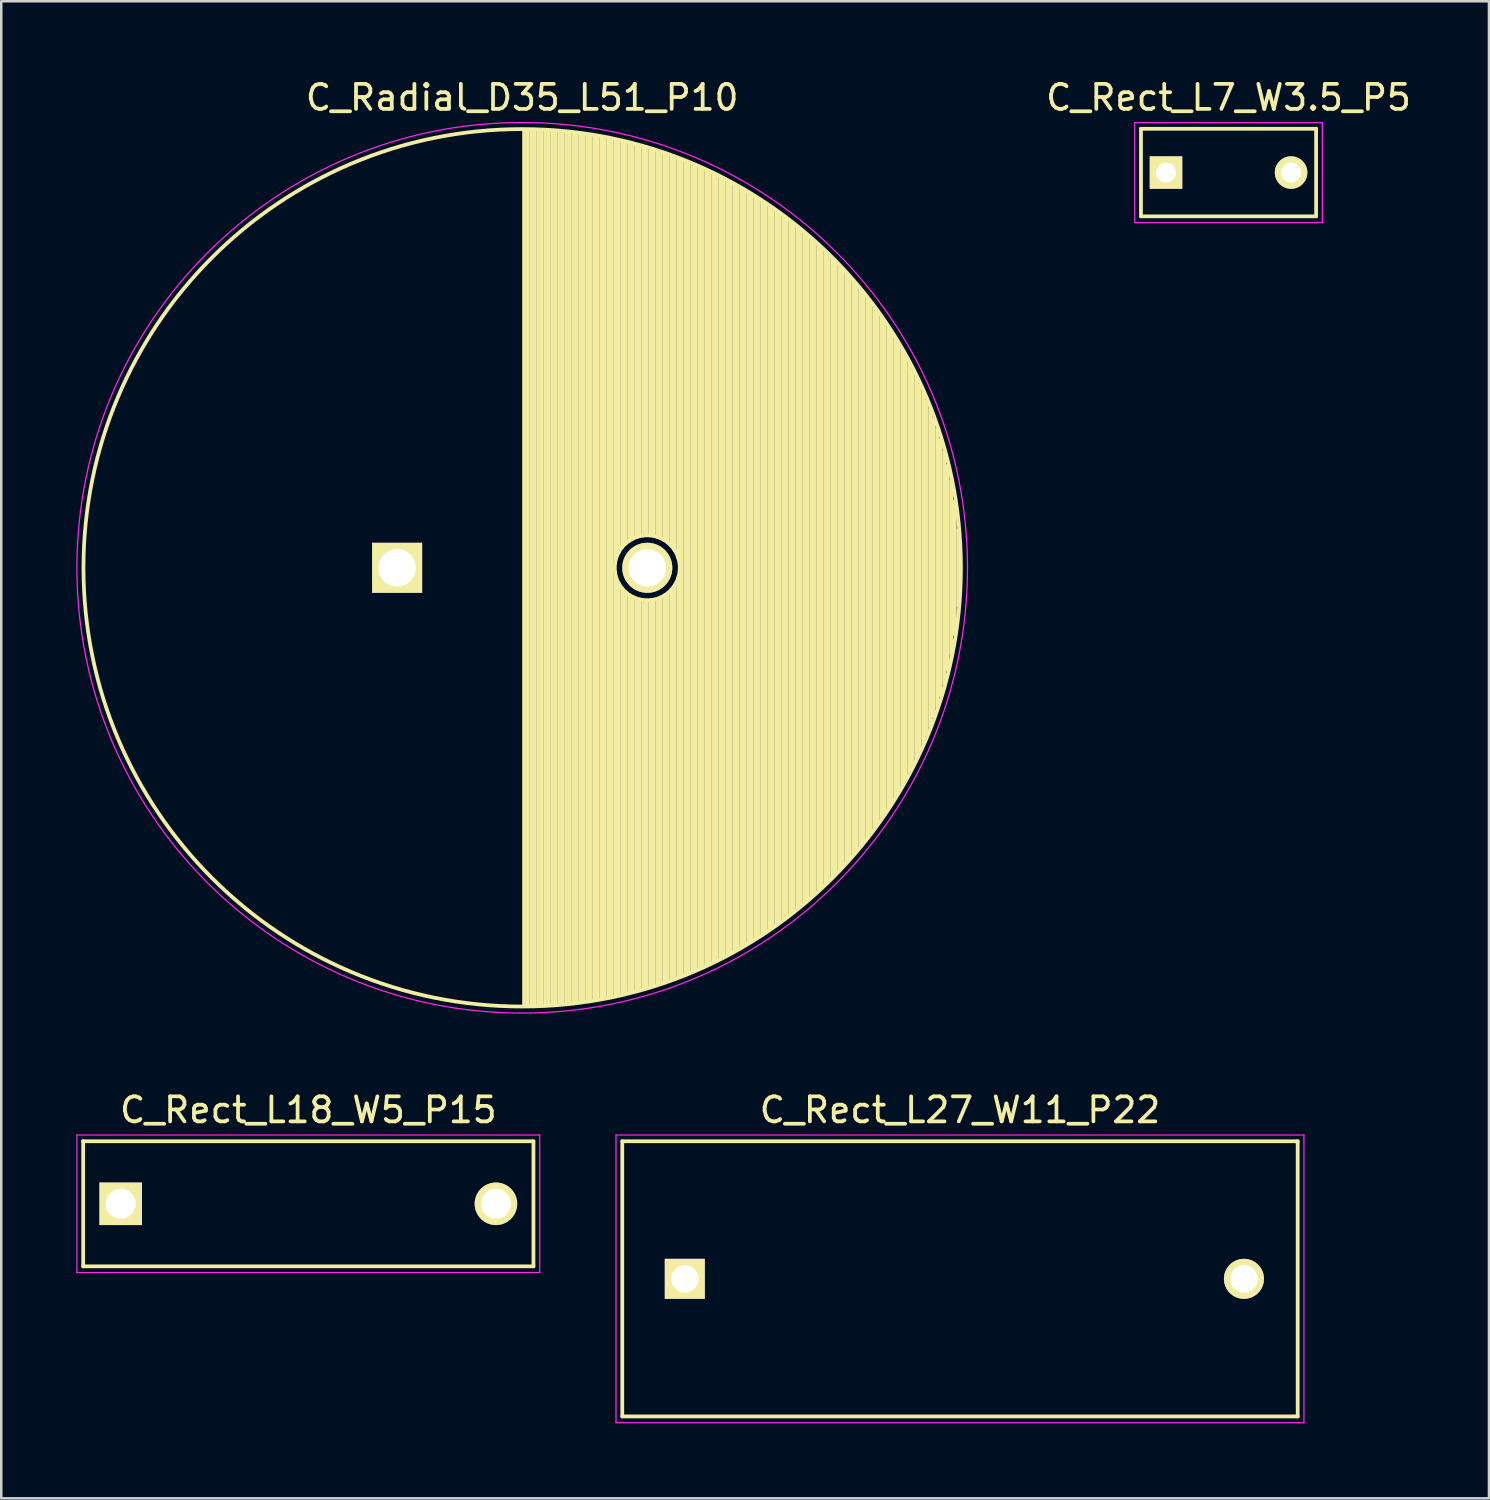
<source format=kicad_pcb>
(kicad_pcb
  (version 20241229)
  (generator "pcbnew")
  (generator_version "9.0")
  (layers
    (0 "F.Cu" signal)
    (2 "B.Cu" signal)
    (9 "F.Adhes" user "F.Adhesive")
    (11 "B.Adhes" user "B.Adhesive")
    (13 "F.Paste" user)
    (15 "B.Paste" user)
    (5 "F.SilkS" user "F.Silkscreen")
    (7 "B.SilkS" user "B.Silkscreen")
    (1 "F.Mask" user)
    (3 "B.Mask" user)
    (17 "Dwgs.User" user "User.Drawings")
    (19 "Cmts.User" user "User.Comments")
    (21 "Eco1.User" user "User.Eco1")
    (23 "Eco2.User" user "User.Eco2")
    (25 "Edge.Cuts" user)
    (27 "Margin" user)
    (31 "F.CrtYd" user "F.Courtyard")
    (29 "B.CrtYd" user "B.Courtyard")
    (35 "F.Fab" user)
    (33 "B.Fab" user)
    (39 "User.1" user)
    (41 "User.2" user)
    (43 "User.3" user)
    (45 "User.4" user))
  (footprint "C_Radial_D35_L51_P10"
    (layer "F.Cu")
    (at 12.825 19.648)
    (property "Reference" "C_Radial_D35_L51_P10" (at 5 -18.8 0) (layer "F.SilkS") (effects (font (size 1 1) (thickness 0.15))))
    (attr through_hole)
    (fp_line (start 5.075 -17.5) (end 5.075 17.5) (stroke (width 0.15) (type solid)) (layer "F.SilkS"))
    (fp_line (start 5.215 -17.499) (end 5.215 17.499) (stroke (width 0.15) (type solid)) (layer "F.SilkS"))
    (fp_line (start 5.355 -17.496) (end 5.355 17.496) (stroke (width 0.15) (type solid)) (layer "F.SilkS"))
    (fp_line (start 5.495 -17.493) (end 5.495 17.493) (stroke (width 0.15) (type solid)) (layer "F.SilkS"))
    (fp_line (start 5.635 -17.488) (end 5.635 17.488) (stroke (width 0.15) (type solid)) (layer "F.SilkS"))
    (fp_line (start 5.775 -17.483) (end 5.775 17.483) (stroke (width 0.15) (type solid)) (layer "F.SilkS"))
    (fp_line (start 5.915 -17.476) (end 5.915 17.476) (stroke (width 0.15) (type solid)) (layer "F.SilkS"))
    (fp_line (start 6.055 -17.468) (end 6.055 17.468) (stroke (width 0.15) (type solid)) (layer "F.SilkS"))
    (fp_line (start 6.195 -17.459) (end 6.195 17.459) (stroke (width 0.15) (type solid)) (layer "F.SilkS"))
    (fp_line (start 6.335 -17.449) (end 6.335 17.449) (stroke (width 0.15) (type solid)) (layer "F.SilkS"))
    (fp_line (start 6.475 -17.438) (end 6.475 17.438) (stroke (width 0.15) (type solid)) (layer "F.SilkS"))
    (fp_line (start 6.615 -17.425) (end 6.615 17.425) (stroke (width 0.15) (type solid)) (layer "F.SilkS"))
    (fp_line (start 6.755 -17.412) (end 6.755 17.412) (stroke (width 0.15) (type solid)) (layer "F.SilkS"))
    (fp_line (start 6.895 -17.397) (end 6.895 17.397) (stroke (width 0.15) (type solid)) (layer "F.SilkS"))
    (fp_line (start 7.035 -17.381) (end 7.035 17.381) (stroke (width 0.15) (type solid)) (layer "F.SilkS"))
    (fp_line (start 7.175 -17.364) (end 7.175 17.364) (stroke (width 0.15) (type solid)) (layer "F.SilkS"))
    (fp_line (start 7.315 -17.346) (end 7.315 17.346) (stroke (width 0.15) (type solid)) (layer "F.SilkS"))
    (fp_line (start 7.455 -17.327) (end 7.455 17.327) (stroke (width 0.15) (type solid)) (layer "F.SilkS"))
    (fp_line (start 7.595 -17.307) (end 7.595 17.307) (stroke (width 0.15) (type solid)) (layer "F.SilkS"))
    (fp_line (start 7.735 -17.285) (end 7.735 17.285) (stroke (width 0.15) (type solid)) (layer "F.SilkS"))
    (fp_line (start 7.875 -17.262) (end 7.875 17.262) (stroke (width 0.15) (type solid)) (layer "F.SilkS"))
    (fp_line (start 8.015 -17.238) (end 8.015 17.238) (stroke (width 0.15) (type solid)) (layer "F.SilkS"))
    (fp_line (start 8.155 -17.213) (end 8.155 17.213) (stroke (width 0.15) (type solid)) (layer "F.SilkS"))
    (fp_line (start 8.295 -17.187) (end 8.295 17.187) (stroke (width 0.15) (type solid)) (layer "F.SilkS"))
    (fp_line (start 8.435 -17.16) (end 8.435 17.16) (stroke (width 0.15) (type solid)) (layer "F.SilkS"))
    (fp_line (start 8.575 -17.131) (end 8.575 17.131) (stroke (width 0.15) (type solid)) (layer "F.SilkS"))
    (fp_line (start 8.715 -17.101) (end 8.715 -0.197) (stroke (width 0.15) (type solid)) (layer "F.SilkS"))
    (fp_line (start 8.715 0.197) (end 8.715 17.101) (stroke (width 0.15) (type solid)) (layer "F.SilkS"))
    (fp_line (start 8.855 -17.07) (end 8.855 -0.616) (stroke (width 0.15) (type solid)) (layer "F.SilkS"))
    (fp_line (start 8.855 0.616) (end 8.855 17.07) (stroke (width 0.15) (type solid)) (layer "F.SilkS"))
    (fp_line (start 8.995 -17.038) (end 8.995 -0.825) (stroke (width 0.15) (type solid)) (layer "F.SilkS"))
    (fp_line (start 8.995 0.825) (end 8.995 17.038) (stroke (width 0.15) (type solid)) (layer "F.SilkS"))
    (fp_line (start 9.135 -17.004) (end 9.135 -0.97) (stroke (width 0.15) (type solid)) (layer "F.SilkS"))
    (fp_line (start 9.135 0.97) (end 9.135 17.004) (stroke (width 0.15) (type solid)) (layer "F.SilkS"))
    (fp_line (start 9.275 -16.97) (end 9.275 -1.079) (stroke (width 0.15) (type solid)) (layer "F.SilkS"))
    (fp_line (start 9.275 1.079) (end 9.275 16.97) (stroke (width 0.15) (type solid)) (layer "F.SilkS"))
    (fp_line (start 9.415 -16.934) (end 9.415 -1.161) (stroke (width 0.15) (type solid)) (layer "F.SilkS"))
    (fp_line (start 9.415 1.161) (end 9.415 16.934) (stroke (width 0.15) (type solid)) (layer "F.SilkS"))
    (fp_line (start 9.555 -16.897) (end 9.555 -1.221) (stroke (width 0.15) (type solid)) (layer "F.SilkS"))
    (fp_line (start 9.555 1.221) (end 9.555 16.897) (stroke (width 0.15) (type solid)) (layer "F.SilkS"))
    (fp_line (start 9.695 -16.858) (end 9.695 -1.264) (stroke (width 0.15) (type solid)) (layer "F.SilkS"))
    (fp_line (start 9.695 1.264) (end 9.695 16.858) (stroke (width 0.15) (type solid)) (layer "F.SilkS"))
    (fp_line (start 9.835 -16.819) (end 9.835 -1.289) (stroke (width 0.15) (type solid)) (layer "F.SilkS"))
    (fp_line (start 9.835 1.289) (end 9.835 16.819) (stroke (width 0.15) (type solid)) (layer "F.SilkS"))
    (fp_line (start 9.975 -16.778) (end 9.975 -1.3) (stroke (width 0.15) (type solid)) (layer "F.SilkS"))
    (fp_line (start 9.975 1.3) (end 9.975 16.778) (stroke (width 0.15) (type solid)) (layer "F.SilkS"))
    (fp_line (start 10.115 -16.736) (end 10.115 -1.295) (stroke (width 0.15) (type solid)) (layer "F.SilkS"))
    (fp_line (start 10.115 1.295) (end 10.115 16.736) (stroke (width 0.15) (type solid)) (layer "F.SilkS"))
    (fp_line (start 10.255 -16.692) (end 10.255 -1.275) (stroke (width 0.15) (type solid)) (layer "F.SilkS"))
    (fp_line (start 10.255 1.275) (end 10.255 16.692) (stroke (width 0.15) (type solid)) (layer "F.SilkS"))
    (fp_line (start 10.395 -16.648) (end 10.395 -1.239) (stroke (width 0.15) (type solid)) (layer "F.SilkS"))
    (fp_line (start 10.395 1.239) (end 10.395 16.648) (stroke (width 0.15) (type solid)) (layer "F.SilkS"))
    (fp_line (start 10.535 -16.602) (end 10.535 -1.185) (stroke (width 0.15) (type solid)) (layer "F.SilkS"))
    (fp_line (start 10.535 1.185) (end 10.535 16.602) (stroke (width 0.15) (type solid)) (layer "F.SilkS"))
    (fp_line (start 10.675 -16.554) (end 10.675 -1.111) (stroke (width 0.15) (type solid)) (layer "F.SilkS"))
    (fp_line (start 10.675 1.111) (end 10.675 16.554) (stroke (width 0.15) (type solid)) (layer "F.SilkS"))
    (fp_line (start 10.815 -16.506) (end 10.815 -1.013) (stroke (width 0.15) (type solid)) (layer "F.SilkS"))
    (fp_line (start 10.815 1.013) (end 10.815 16.506) (stroke (width 0.15) (type solid)) (layer "F.SilkS"))
    (fp_line (start 10.955 -16.456) (end 10.955 -0.882) (stroke (width 0.15) (type solid)) (layer "F.SilkS"))
    (fp_line (start 10.955 0.882) (end 10.955 16.456) (stroke (width 0.15) (type solid)) (layer "F.SilkS"))
    (fp_line (start 11.095 -16.404) (end 11.095 -0.701) (stroke (width 0.15) (type solid)) (layer "F.SilkS"))
    (fp_line (start 11.095 0.701) (end 11.095 16.404) (stroke (width 0.15) (type solid)) (layer "F.SilkS"))
    (fp_line (start 11.235 -16.352) (end 11.235 -0.406) (stroke (width 0.15) (type solid)) (layer "F.SilkS"))
    (fp_line (start 11.235 0.406) (end 11.235 16.352) (stroke (width 0.15) (type solid)) (layer "F.SilkS"))
    (fp_line (start 11.375 -16.298) (end 11.375 16.298) (stroke (width 0.15) (type solid)) (layer "F.SilkS"))
    (fp_line (start 11.515 -16.242) (end 11.515 16.242) (stroke (width 0.15) (type solid)) (layer "F.SilkS"))
    (fp_line (start 11.655 -16.185) (end 11.655 16.185) (stroke (width 0.15) (type solid)) (layer "F.SilkS"))
    (fp_line (start 11.795 -16.127) (end 11.795 16.127) (stroke (width 0.15) (type solid)) (layer "F.SilkS"))
    (fp_line (start 11.935 -16.067) (end 11.935 16.067) (stroke (width 0.15) (type solid)) (layer "F.SilkS"))
    (fp_line (start 12.075 -16.006) (end 12.075 16.006) (stroke (width 0.15) (type solid)) (layer "F.SilkS"))
    (fp_line (start 12.215 -15.943) (end 12.215 15.943) (stroke (width 0.15) (type solid)) (layer "F.SilkS"))
    (fp_line (start 12.355 -15.879) (end 12.355 15.879) (stroke (width 0.15) (type solid)) (layer "F.SilkS"))
    (fp_line (start 12.495 -15.814) (end 12.495 15.814) (stroke (width 0.15) (type solid)) (layer "F.SilkS"))
    (fp_line (start 12.635 -15.747) (end 12.635 15.747) (stroke (width 0.15) (type solid)) (layer "F.SilkS"))
    (fp_line (start 12.775 -15.678) (end 12.775 15.678) (stroke (width 0.15) (type solid)) (layer "F.SilkS"))
    (fp_line (start 12.915 -15.608) (end 12.915 15.608) (stroke (width 0.15) (type solid)) (layer "F.SilkS"))
    (fp_line (start 13.055 -15.536) (end 13.055 15.536) (stroke (width 0.15) (type solid)) (layer "F.SilkS"))
    (fp_line (start 13.195 -15.463) (end 13.195 15.463) (stroke (width 0.15) (type solid)) (layer "F.SilkS"))
    (fp_line (start 13.335 -15.388) (end 13.335 15.388) (stroke (width 0.15) (type solid)) (layer "F.SilkS"))
    (fp_line (start 13.475 -15.311) (end 13.475 15.311) (stroke (width 0.15) (type solid)) (layer "F.SilkS"))
    (fp_line (start 13.615 -15.233) (end 13.615 15.233) (stroke (width 0.15) (type solid)) (layer "F.SilkS"))
    (fp_line (start 13.755 -15.153) (end 13.755 15.153) (stroke (width 0.15) (type solid)) (layer "F.SilkS"))
    (fp_line (start 13.895 -15.071) (end 13.895 15.071) (stroke (width 0.15) (type solid)) (layer "F.SilkS"))
    (fp_line (start 14.035 -14.987) (end 14.035 14.987) (stroke (width 0.15) (type solid)) (layer "F.SilkS"))
    (fp_line (start 14.175 -14.902) (end 14.175 14.902) (stroke (width 0.15) (type solid)) (layer "F.SilkS"))
    (fp_line (start 14.315 -14.815) (end 14.315 14.815) (stroke (width 0.15) (type solid)) (layer "F.SilkS"))
    (fp_line (start 14.455 -14.726) (end 14.455 14.726) (stroke (width 0.15) (type solid)) (layer "F.SilkS"))
    (fp_line (start 14.595 -14.635) (end 14.595 14.635) (stroke (width 0.15) (type solid)) (layer "F.SilkS"))
    (fp_line (start 14.735 -14.542) (end 14.735 14.542) (stroke (width 0.15) (type solid)) (layer "F.SilkS"))
    (fp_line (start 14.875 -14.448) (end 14.875 14.448) (stroke (width 0.15) (type solid)) (layer "F.SilkS"))
    (fp_line (start 15.015 -14.351) (end 15.015 14.351) (stroke (width 0.15) (type solid)) (layer "F.SilkS"))
    (fp_line (start 15.155 -14.252) (end 15.155 14.252) (stroke (width 0.15) (type solid)) (layer "F.SilkS"))
    (fp_line (start 15.295 -14.151) (end 15.295 14.151) (stroke (width 0.15) (type solid)) (layer "F.SilkS"))
    (fp_line (start 15.435 -14.049) (end 15.435 14.049) (stroke (width 0.15) (type solid)) (layer "F.SilkS"))
    (fp_line (start 15.575 -13.943) (end 15.575 13.943) (stroke (width 0.15) (type solid)) (layer "F.SilkS"))
    (fp_line (start 15.715 -13.836) (end 15.715 13.836) (stroke (width 0.15) (type solid)) (layer "F.SilkS"))
    (fp_line (start 15.855 -13.727) (end 15.855 13.727) (stroke (width 0.15) (type solid)) (layer "F.SilkS"))
    (fp_line (start 15.995 -13.615) (end 15.995 13.615) (stroke (width 0.15) (type solid)) (layer "F.SilkS"))
    (fp_line (start 16.135 -13.5) (end 16.135 13.5) (stroke (width 0.15) (type solid)) (layer "F.SilkS"))
    (fp_line (start 16.275 -13.384) (end 16.275 13.384) (stroke (width 0.15) (type solid)) (layer "F.SilkS"))
    (fp_line (start 16.415 -13.265) (end 16.415 13.265) (stroke (width 0.15) (type solid)) (layer "F.SilkS"))
    (fp_line (start 16.555 -13.143) (end 16.555 13.143) (stroke (width 0.15) (type solid)) (layer "F.SilkS"))
    (fp_line (start 16.695 -13.018) (end 16.695 13.018) (stroke (width 0.15) (type solid)) (layer "F.SilkS"))
    (fp_line (start 16.835 -12.891) (end 16.835 12.891) (stroke (width 0.15) (type solid)) (layer "F.SilkS"))
    (fp_line (start 16.975 -12.761) (end 16.975 12.761) (stroke (width 0.15) (type solid)) (layer "F.SilkS"))
    (fp_line (start 17.115 -12.628) (end 17.115 12.628) (stroke (width 0.15) (type solid)) (layer "F.SilkS"))
    (fp_line (start 17.255 -12.493) (end 17.255 12.493) (stroke (width 0.15) (type solid)) (layer "F.SilkS"))
    (fp_line (start 17.395 -12.354) (end 17.395 12.354) (stroke (width 0.15) (type solid)) (layer "F.SilkS"))
    (fp_line (start 17.535 -12.212) (end 17.535 12.212) (stroke (width 0.15) (type solid)) (layer "F.SilkS"))
    (fp_line (start 17.675 -12.066) (end 17.675 12.066) (stroke (width 0.15) (type solid)) (layer "F.SilkS"))
    (fp_line (start 17.815 -11.917) (end 17.815 11.917) (stroke (width 0.15) (type solid)) (layer "F.SilkS"))
    (fp_line (start 17.955 -11.765) (end 17.955 11.765) (stroke (width 0.15) (type solid)) (layer "F.SilkS"))
    (fp_line (start 18.095 -11.609) (end 18.095 11.609) (stroke (width 0.15) (type solid)) (layer "F.SilkS"))
    (fp_line (start 18.235 -11.449) (end 18.235 11.449) (stroke (width 0.15) (type solid)) (layer "F.SilkS"))
    (fp_line (start 18.375 -11.285) (end 18.375 11.285) (stroke (width 0.15) (type solid)) (layer "F.SilkS"))
    (fp_line (start 18.515 -11.117) (end 18.515 11.117) (stroke (width 0.15) (type solid)) (layer "F.SilkS"))
    (fp_line (start 18.655 -10.945) (end 18.655 10.945) (stroke (width 0.15) (type solid)) (layer "F.SilkS"))
    (fp_line (start 18.795 -10.768) (end 18.795 10.768) (stroke (width 0.15) (type solid)) (layer "F.SilkS"))
    (fp_line (start 18.935 -10.586) (end 18.935 10.586) (stroke (width 0.15) (type solid)) (layer "F.SilkS"))
    (fp_line (start 19.075 -10.399) (end 19.075 10.399) (stroke (width 0.15) (type solid)) (layer "F.SilkS"))
    (fp_line (start 19.215 -10.207) (end 19.215 10.207) (stroke (width 0.15) (type solid)) (layer "F.SilkS"))
    (fp_line (start 19.355 -10.009) (end 19.355 10.009) (stroke (width 0.15) (type solid)) (layer "F.SilkS"))
    (fp_line (start 19.495 -9.805) (end 19.495 9.805) (stroke (width 0.15) (type solid)) (layer "F.SilkS"))
    (fp_line (start 19.635 -9.595) (end 19.635 9.595) (stroke (width 0.15) (type solid)) (layer "F.SilkS"))
    (fp_line (start 19.775 -9.378) (end 19.775 9.378) (stroke (width 0.15) (type solid)) (layer "F.SilkS"))
    (fp_line (start 19.915 -9.154) (end 19.915 9.154) (stroke (width 0.15) (type solid)) (layer "F.SilkS"))
    (fp_line (start 20.055 -8.922) (end 20.055 8.922) (stroke (width 0.15) (type solid)) (layer "F.SilkS"))
    (fp_line (start 20.195 -8.681) (end 20.195 8.681) (stroke (width 0.15) (type solid)) (layer "F.SilkS"))
    (fp_line (start 20.335 -8.431) (end 20.335 8.431) (stroke (width 0.15) (type solid)) (layer "F.SilkS"))
    (fp_line (start 20.475 -8.172) (end 20.475 8.172) (stroke (width 0.15) (type solid)) (layer "F.SilkS"))
    (fp_line (start 20.615 -7.901) (end 20.615 7.901) (stroke (width 0.15) (type solid)) (layer "F.SilkS"))
    (fp_line (start 20.755 -7.618) (end 20.755 7.618) (stroke (width 0.15) (type solid)) (layer "F.SilkS"))
    (fp_line (start 20.895 -7.321) (end 20.895 7.321) (stroke (width 0.15) (type solid)) (layer "F.SilkS"))
    (fp_line (start 21.035 -7.009) (end 21.035 7.009) (stroke (width 0.15) (type solid)) (layer "F.SilkS"))
    (fp_line (start 21.175 -6.68) (end 21.175 6.68) (stroke (width 0.15) (type solid)) (layer "F.SilkS"))
    (fp_line (start 21.315 -6.33) (end 21.315 6.33) (stroke (width 0.15) (type solid)) (layer "F.SilkS"))
    (fp_line (start 21.455 -5.957) (end 21.455 5.957) (stroke (width 0.15) (type solid)) (layer "F.SilkS"))
    (fp_line (start 21.595 -5.555) (end 21.595 5.555) (stroke (width 0.15) (type solid)) (layer "F.SilkS"))
    (fp_line (start 21.735 -5.118) (end 21.735 5.118) (stroke (width 0.15) (type solid)) (layer "F.SilkS"))
    (fp_line (start 21.875 -4.635) (end 21.875 4.635) (stroke (width 0.15) (type solid)) (layer "F.SilkS"))
    (fp_line (start 22.015 -4.091) (end 22.015 4.091) (stroke (width 0.15) (type solid)) (layer "F.SilkS"))
    (fp_line (start 22.155 -3.458) (end 22.155 3.458) (stroke (width 0.15) (type solid)) (layer "F.SilkS"))
    (fp_line (start 22.295 -2.671) (end 22.295 2.671) (stroke (width 0.15) (type solid)) (layer "F.SilkS"))
    (fp_line (start 22.435 -1.507) (end 22.435 1.507) (stroke (width 0.15) (type solid)) (layer "F.SilkS"))
    (fp_circle (center 5 0) (end 5 -17.538) (stroke (width 0.15) (type solid)) (fill no) (layer "F.SilkS"))
    (fp_circle (center 10 0) (end 10 -1.3) (stroke (width 0.15) (type solid)) (fill no) (layer "F.SilkS"))
    (fp_circle (center 5 0) (end 5 -17.8) (stroke (width 0.05) (type solid)) (fill no) (layer "F.CrtYd"))
    (pad "1" thru_hole rect (at 0 0) (size 2 2) (drill 1.5) (layers "*.Cu" "*.Mask" "F.SilkS"))
    (pad "2" thru_hole circle (at 10 0) (size 2 2) (drill 1.5) (layers "*.Cu" "*.Mask" "F.SilkS")))
  (footprint "C_Rect_L18_W5_P15"
    (layer "F.Cu")
    (at 1.775 45.072)
    (property "Reference" "C_Rect_L18_W5_P15" (at 7.5 -3.75 0) (layer "F.SilkS") (effects (font (size 1 1) (thickness 0.15))))
    (attr through_hole)
    (fp_line (start -1.5 -2.5) (end -1.5 -2.5) (stroke (width 0.15) (type solid)) (layer "F.SilkS"))
    (fp_line (start -1.5 -2.5) (end -1.5 2.5) (stroke (width 0.15) (type solid)) (layer "F.SilkS"))
    (fp_line (start -1.5 2.5) (end 16.5 2.5) (stroke (width 0.15) (type solid)) (layer "F.SilkS"))
    (fp_line (start 16.5 -2.5) (end -1.5 -2.5) (stroke (width 0.15) (type solid)) (layer "F.SilkS"))
    (fp_line (start 16.5 2.5) (end 16.5 -2.5) (stroke (width 0.15) (type solid)) (layer "F.SilkS"))
    (fp_line (start -1.75 -2.75) (end 16.75 -2.75) (stroke (width 0.05) (type solid)) (layer "F.CrtYd"))
    (fp_line (start -1.75 2.75) (end -1.75 -2.75) (stroke (width 0.05) (type solid)) (layer "F.CrtYd"))
    (fp_line (start 16.75 -2.75) (end 16.75 2.75) (stroke (width 0.05) (type solid)) (layer "F.CrtYd"))
    (fp_line (start 16.75 2.75) (end -1.75 2.75) (stroke (width 0.05) (type solid)) (layer "F.CrtYd"))
    (pad "1" thru_hole rect (at 0 0) (size 1.7 1.7) (drill 1.2) (layers "*.Cu" "*.Mask" "F.SilkS"))
    (pad "2" thru_hole circle (at 15 0) (size 1.7 1.7) (drill 1.2) (layers "*.Cu" "*.Mask" "F.SilkS")))
  (footprint "C_Rect_L7_W3.5_P5"
    (layer "F.Cu")
    (at 43.561 3.848)
    (property "Reference" "C_Rect_L7_W3.5_P5" (at 2.5 -3 0) (layer "F.SilkS") (effects (font (size 1 1) (thickness 0.15))))
    (attr through_hole)
    (fp_line (start -1 -1.75) (end 6 -1.75) (stroke (width 0.15) (type solid)) (layer "F.SilkS"))
    (fp_line (start -1 1.75) (end -1 -1.75) (stroke (width 0.15) (type solid)) (layer "F.SilkS"))
    (fp_line (start 6 -1.75) (end 6 1.75) (stroke (width 0.15) (type solid)) (layer "F.SilkS"))
    (fp_line (start 6 1.75) (end -1 1.75) (stroke (width 0.15) (type solid)) (layer "F.SilkS"))
    (fp_line (start -1.25 -2) (end 6.25 -2) (stroke (width 0.05) (type solid)) (layer "F.CrtYd"))
    (fp_line (start -1.25 2) (end -1.25 -2) (stroke (width 0.05) (type solid)) (layer "F.CrtYd"))
    (fp_line (start 6.25 -2) (end 6.25 2) (stroke (width 0.05) (type solid)) (layer "F.CrtYd"))
    (fp_line (start 6.25 2) (end -1.25 2) (stroke (width 0.05) (type solid)) (layer "F.CrtYd"))
    (pad "1" thru_hole rect (at 0 0) (size 1.3 1.3) (drill 0.8) (layers "*.Cu" "*.Mask" "F.SilkS"))
    (pad "2" thru_hole circle (at 5 0) (size 1.3 1.3) (drill 0.8) (layers "*.Cu" "*.Mask" "F.SilkS")))
  (footprint "C_Rect_L27_W11_P22"
    (layer "F.Cu")
    (at 24.325 48.072)
    (property "Reference" "C_Rect_L27_W11_P22" (at 11 -6.75 0) (layer "F.SilkS") (effects (font (size 1 1) (thickness 0.15))))
    (attr through_hole)
    (fp_line (start -2.5 -5.5) (end 24.5 -5.5) (stroke (width 0.15) (type solid)) (layer "F.SilkS"))
    (fp_line (start -2.5 5.5) (end -2.5 -5.5) (stroke (width 0.15) (type solid)) (layer "F.SilkS"))
    (fp_line (start 24.5 -5.5) (end 24.5 5.5) (stroke (width 0.15) (type solid)) (layer "F.SilkS"))
    (fp_line (start 24.5 5.5) (end -2.5 5.5) (stroke (width 0.15) (type solid)) (layer "F.SilkS"))
    (fp_line (start -2.75 -5.75) (end 24.75 -5.75) (stroke (width 0.05) (type solid)) (layer "F.CrtYd"))
    (fp_line (start -2.75 5.75) (end -2.75 -5.75) (stroke (width 0.05) (type solid)) (layer "F.CrtYd"))
    (fp_line (start 24.75 -5.75) (end 24.75 5.75) (stroke (width 0.05) (type solid)) (layer "F.CrtYd"))
    (fp_line (start 24.75 5.75) (end -2.75 5.75) (stroke (width 0.05) (type solid)) (layer "F.CrtYd"))
    (pad "1" thru_hole rect (at 0 0) (size 1.6 1.6) (drill 1.1) (layers "*.Cu" "*.Mask" "F.SilkS"))
    (pad "2" thru_hole circle (at 22.352 0) (size 1.6 1.6) (drill 1.1) (layers "*.Cu" "*.Mask" "F.SilkS")))
  (gr_rect
    (start -3 -3)
    (end 56.471 56.846)
    (stroke (width 0.1) (type default))
    (fill no)
    (layer "Edge.Cuts")))
</source>
